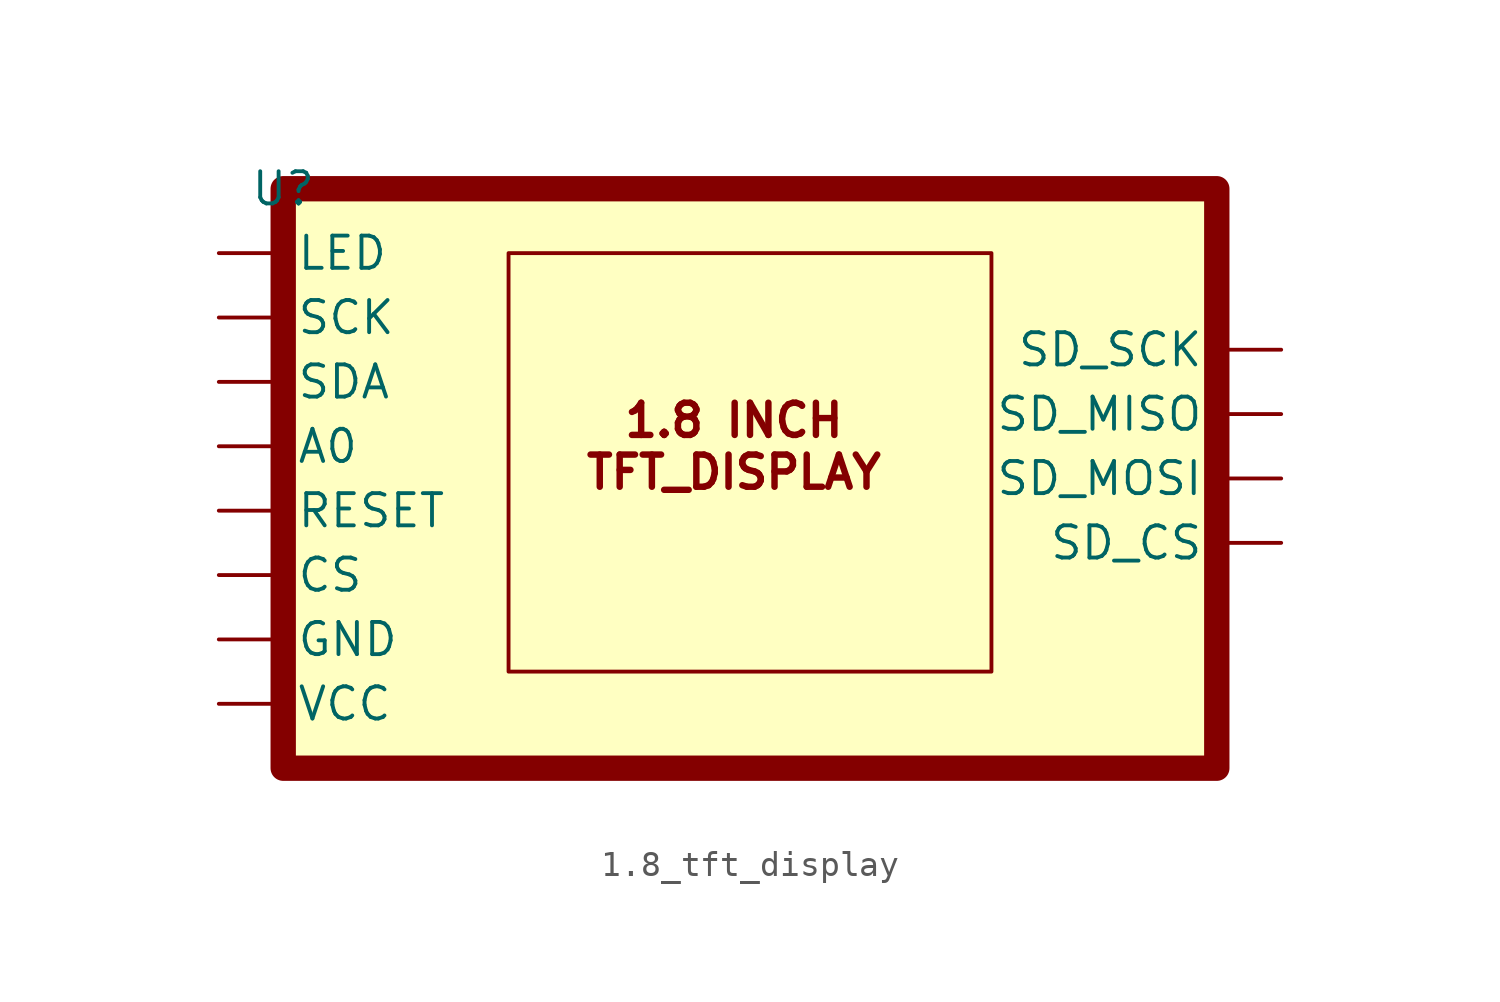
<source format=kicad_sym>
(kicad_symbol_lib
  (version 20220914)
  (generator kicad_symbol_editor)
  (symbol "1.8_tft_display"
    (property "Reference" "U"
      (at 0 0 0)
      (effects (font (size 1.27 1.27))))
    (property "Value" ""
      (at 0 0 0)
      (effects (font (size 1.27 1.27))))
    (symbol "1.8_tft_display_1_1"
      (rectangle (start 0 0) (end 36.83 -22.86) (stroke (width 1) (type default)) (fill (type background)))
      (rectangle (start 8.89 -2.54) (end 27.94 -19.05) (stroke (width 0) (type default)) (fill (type none)))
      (text "1.8 INCH\nTFT_DISPLAY\n" (at 17.78 -10.16 0) (effects (font (size 1.27 1.27) bold)))
      (pin input line (at -2.54 -10.16 0) (length 2.54) (name "A0" (effects (font (size 1.27 1.27)))) (number "" (effects (font (size 1.27 1.27)))))
      (pin input line (at -2.54 -15.24 0) (length 2.54) (name "CS" (effects (font (size 1.27 1.27)))) (number "" (effects (font (size 1.27 1.27)))))
      (pin input line (at -2.54 -17.78 0) (length 2.54) (name "GND" (effects (font (size 1.27 1.27)))) (number "" (effects (font (size 1.27 1.27)))))
      (pin input line (at -2.54 -2.54 0) (length 2.54) (name "LED" (effects (font (size 1.27 1.27)))) (number "" (effects (font (size 1.27 1.27)))))
      (pin input line (at -2.54 -12.7 0) (length 2.54) (name "RESET" (effects (font (size 1.27 1.27)))) (number "" (effects (font (size 1.27 1.27)))))
      (pin input line (at -2.54 -5.08 0) (length 2.54) (name "SCK" (effects (font (size 1.27 1.27)))) (number "" (effects (font (size 1.27 1.27)))))
      (pin input line (at -2.54 -7.62 0) (length 2.54) (name "SDA" (effects (font (size 1.27 1.27)))) (number "" (effects (font (size 1.27 1.27)))))
      (pin input line (at 39.37 -13.97 180) (length 2.54) (name "SD_CS" (effects (font (size 1.27 1.27)))) (number "" (effects (font (size 1.27 1.27)))))
      (pin input line (at 39.37 -8.89 180) (length 2.54) (name "SD_MISO" (effects (font (size 1.27 1.27)))) (number "" (effects (font (size 1.27 1.27)))))
      (pin input line (at 39.37 -11.43 180) (length 2.54) (name "SD_MOSI" (effects (font (size 1.27 1.27)))) (number "" (effects (font (size 1.27 1.27)))))
      (pin input line (at 39.37 -6.35 180) (length 2.54) (name "SD_SCK" (effects (font (size 1.27 1.27)))) (number "" (effects (font (size 1.27 1.27)))))
      (pin input line (at -2.54 -20.32 0) (length 2.54) (name "VCC" (effects (font (size 1.27 1.27)))) (number "" (effects (font (size 1.27 1.27))))))))
</source>
